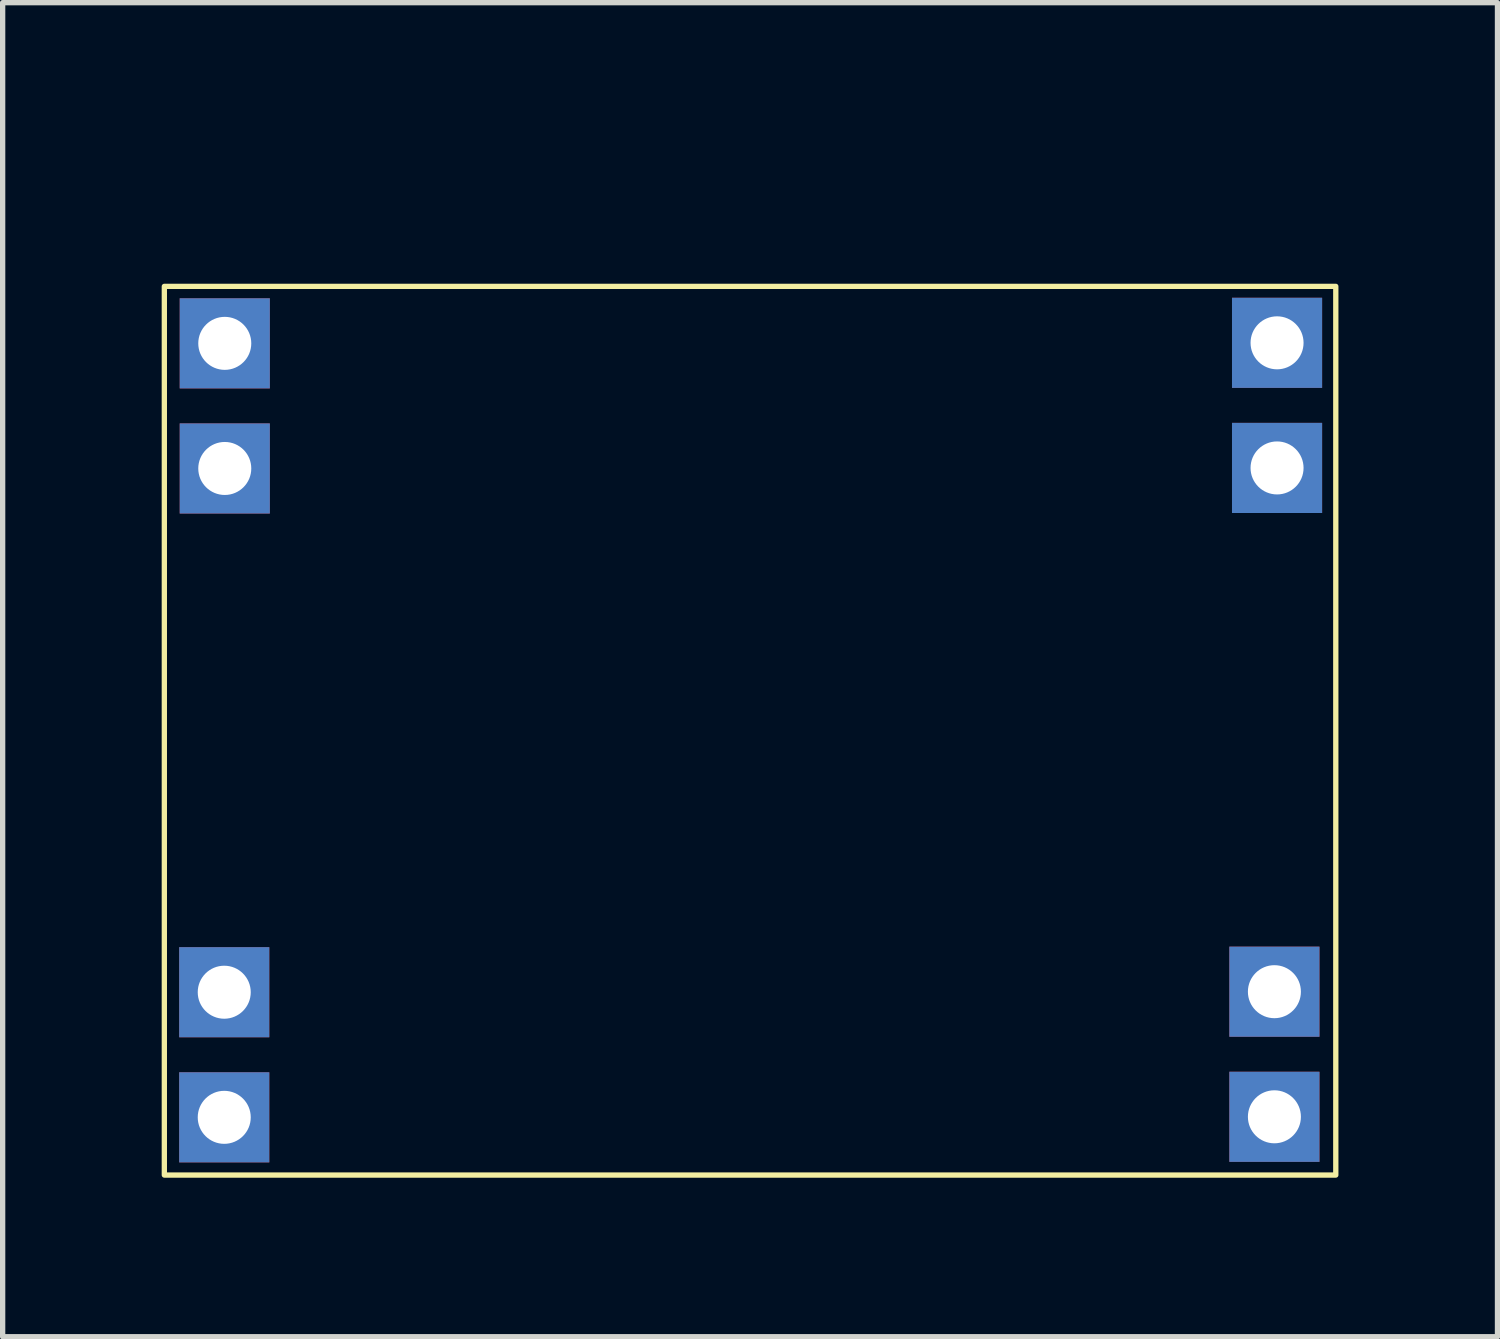
<source format=kicad_pcb>
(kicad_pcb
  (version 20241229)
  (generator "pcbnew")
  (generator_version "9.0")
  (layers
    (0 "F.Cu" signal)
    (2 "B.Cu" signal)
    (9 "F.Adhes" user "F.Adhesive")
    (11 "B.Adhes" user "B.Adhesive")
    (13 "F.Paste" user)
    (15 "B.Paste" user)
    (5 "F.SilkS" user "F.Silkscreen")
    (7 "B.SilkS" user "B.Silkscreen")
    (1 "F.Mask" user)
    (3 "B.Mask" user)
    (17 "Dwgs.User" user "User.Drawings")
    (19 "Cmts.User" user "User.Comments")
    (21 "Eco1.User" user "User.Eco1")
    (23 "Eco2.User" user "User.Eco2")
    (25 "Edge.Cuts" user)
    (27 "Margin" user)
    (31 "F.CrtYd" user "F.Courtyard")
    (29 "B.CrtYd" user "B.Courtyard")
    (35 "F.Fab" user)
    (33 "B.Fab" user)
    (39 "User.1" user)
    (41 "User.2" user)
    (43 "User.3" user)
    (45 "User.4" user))
  (footprint "MP1584"
    (layer "F.Cu")
    (at 12.68 9.777)
    (property "Reference" "MP1584" (at 0 -9.017 0) (unlocked yes) (layer "B.Paste") (effects (font (size 1 1) (thickness 0.1))))
    (attr through_hole)
    (fp_rect (start -12.63 -7.425) (end 9.468 9.339) (stroke (width 0.1) (type default)) (fill no) (layer "F.SilkS"))
    (pad "1" thru_hole rect (at -11.49 -6.35) (size 1.7 1.7) (drill 1) (layers "*.Cu" "*.Mask"))
    (pad "2" thru_hole rect (at -11.49 -3.99 180) (size 1.7 1.7) (drill 1) (layers "*.Cu" "*.Mask"))
    (pad "3" thru_hole rect (at 8.36 -6.36) (size 1.7 1.7) (drill 1) (layers "*.Cu" "*.Mask"))
    (pad "4" thru_hole rect (at 8.36 -4 180) (size 1.7 1.7) (drill 1) (layers "*.Cu" "*.Mask"))
    (pad "5" thru_hole rect (at -11.5 5.89) (size 1.7 1.7) (drill 1) (layers "*.Cu" "*.Mask"))
    (pad "6" thru_hole rect (at -11.5 8.25 180) (size 1.7 1.7) (drill 1) (layers "*.Cu" "*.Mask"))
    (pad "7" thru_hole rect (at 8.31 5.88) (size 1.7 1.7) (drill 1) (layers "*.Cu" "*.Mask"))
    (pad "8" thru_hole rect (at 8.31 8.24 180) (size 1.7 1.7) (drill 1) (layers "*.Cu" "*.Mask")))
  (gr_rect
    (start -3 -3)
    (end 25.198 22.166)
    (stroke (width 0.1) (type default))
    (fill no)
    (layer "Edge.Cuts")))
</source>
